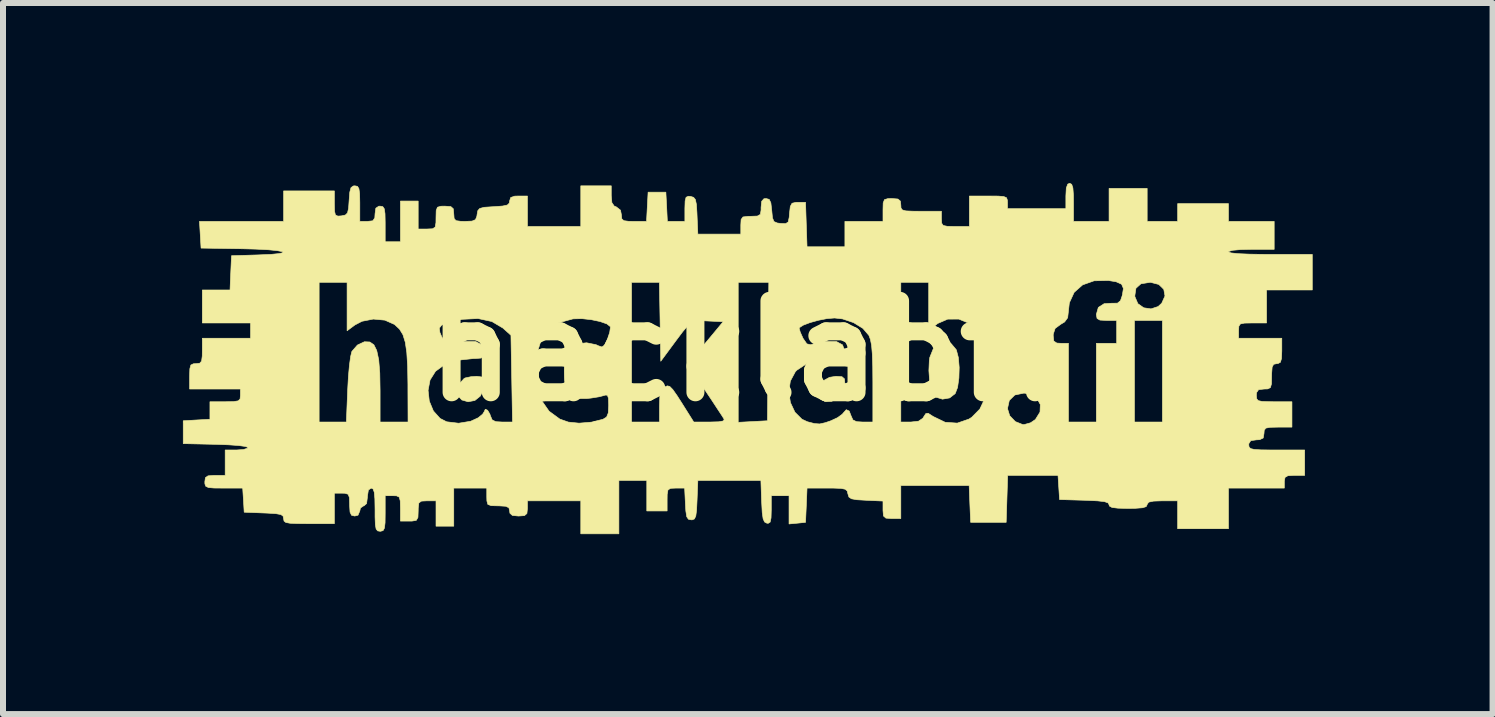
<source format=kicad_pcb>
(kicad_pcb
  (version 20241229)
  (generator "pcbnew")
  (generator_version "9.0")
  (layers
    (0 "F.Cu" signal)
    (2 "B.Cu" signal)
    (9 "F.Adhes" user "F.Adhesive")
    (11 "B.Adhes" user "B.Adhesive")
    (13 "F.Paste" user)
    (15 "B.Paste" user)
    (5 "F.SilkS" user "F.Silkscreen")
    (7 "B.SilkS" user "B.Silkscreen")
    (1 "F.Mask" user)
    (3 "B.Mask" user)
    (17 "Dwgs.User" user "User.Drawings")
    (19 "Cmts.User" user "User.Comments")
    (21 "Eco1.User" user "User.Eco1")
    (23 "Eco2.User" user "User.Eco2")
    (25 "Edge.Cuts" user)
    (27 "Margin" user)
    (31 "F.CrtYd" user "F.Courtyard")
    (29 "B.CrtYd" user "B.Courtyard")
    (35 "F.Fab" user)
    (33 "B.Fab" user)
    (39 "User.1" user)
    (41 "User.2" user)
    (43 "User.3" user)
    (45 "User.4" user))
  (footprint "hacklabfi"
    (layer "F.Cu")
    (at 9.339 2.799)
    (property "Reference" "hacklabfi" (at 0 0 0) (layer "F.SilkS") (effects (font (size 1.524 1.524) (thickness 0.3))))
    (attr through_hole)
    (fp_poly (pts (xy 1.645 0.43) (xy 1.686 0.466) (xy 1.693 0.55) (xy 1.662 0.68) (xy 1.582 0.78) (xy 1.475 0.839) (xy 1.362 0.843) (xy 1.278 0.796) (xy 1.229 0.699) (xy 1.248 0.595) (xy 1.321 0.503) (xy 1.437 0.44) (xy 1.545 0.423) (xy 1.645 0.43)) (stroke (width 0.01) (type solid)) (fill yes) (layer "F.SilkS"))
    (fp_poly (pts (xy -4.353 0.435) (xy -4.321 0.487) (xy -4.318 0.541) (xy -4.342 0.667) (xy -4.384 0.753) (xy -4.475 0.826) (xy -4.588 0.847) (xy -4.692 0.817) (xy -4.74 0.765) (xy -4.76 0.655) (xy -4.726 0.539) (xy -4.652 0.458) (xy -4.635 0.45) (xy -4.541 0.43) (xy -4.442 0.423) (xy -4.353 0.435)) (stroke (width 0.01) (type solid)) (fill yes) (layer "F.SilkS"))
    (fp_poly (pts (xy 3.467 -0.118) (xy 3.548 -0.021) (xy 3.551 -0.016) (xy 3.584 0.11) (xy 3.598 0.276) (xy 3.593 0.452) (xy 3.571 0.608) (xy 3.532 0.71) (xy 3.439 0.783) (xy 3.319 0.804) (xy 3.208 0.77) (xy 3.174 0.739) (xy 3.133 0.647) (xy 3.105 0.5) (xy 3.093 0.329) (xy 3.1 0.163) (xy 3.108 0.108) (xy 3.163 -0.029) (xy 3.254 -0.116) (xy 3.362 -0.148) (xy 3.467 -0.118)) (stroke (width 0.01) (type solid)) (fill yes) (layer "F.SilkS"))
    (fp_poly (pts (xy 5.473 -2.777) (xy 5.493 -2.717) (xy 5.502 -2.598) (xy 5.503 -2.477) (xy 5.503 -2.159) (xy 6.096 -2.159) (xy 6.096 -2.709) (xy 6.731 -2.709) (xy 6.731 -2.159) (xy 7.239 -2.159) (xy 7.239 -2.455) (xy 8.086 -2.455) (xy 8.086 -2.159) (xy 8.848 -2.159) (xy 8.848 -1.693) (xy 8.467 -1.693) (xy 8.284 -1.689) (xy 8.154 -1.677) (xy 8.09 -1.658) (xy 8.086 -1.651) (xy 8.127 -1.634) (xy 8.246 -1.621) (xy 8.438 -1.613) (xy 8.694 -1.609) (xy 8.784 -1.609) (xy 9.483 -1.609) (xy 9.483 -1.016) (xy 8.721 -1.016) (xy 8.721 -0.466) (xy 8.488 -0.466) (xy 8.355 -0.464) (xy 8.285 -0.45) (xy 8.259 -0.412) (xy 8.255 -0.341) (xy 8.255 -0.212) (xy 8.975 -0.212) (xy 8.975 0) (xy 8.97 0.127) (xy 8.951 0.19) (xy 8.91 0.211) (xy 8.89 0.212) (xy 8.839 0.223) (xy 8.814 0.27) (xy 8.806 0.374) (xy 8.805 0.423) (xy 8.803 0.549) (xy 8.785 0.611) (xy 8.741 0.633) (xy 8.678 0.635) (xy 8.588 0.646) (xy 8.554 0.695) (xy 8.551 0.741) (xy 8.556 0.796) (xy 8.581 0.828) (xy 8.646 0.842) (xy 8.769 0.846) (xy 8.848 0.847) (xy 9.144 0.847) (xy 9.144 1.27) (xy 8.911 1.27) (xy 8.778 1.273) (xy 8.708 1.287) (xy 8.682 1.323) (xy 8.678 1.376) (xy 8.665 1.451) (xy 8.607 1.479) (xy 8.551 1.482) (xy 8.458 1.495) (xy 8.426 1.544) (xy 8.424 1.566) (xy 8.43 1.603) (xy 8.456 1.628) (xy 8.516 1.642) (xy 8.627 1.649) (xy 8.802 1.651) (xy 8.89 1.651) (xy 9.356 1.651) (xy 9.356 2.074) (xy 9.186 2.074) (xy 9.077 2.08) (xy 9.029 2.107) (xy 9.017 2.171) (xy 9.017 2.18) (xy 9.017 2.286) (xy 8.086 2.286) (xy 8.086 2.963) (xy 7.239 2.963) (xy 7.239 2.498) (xy 6.985 2.498) (xy 6.838 2.503) (xy 6.758 2.52) (xy 6.732 2.554) (xy 6.731 2.561) (xy 6.714 2.595) (xy 6.654 2.614) (xy 6.535 2.623) (xy 6.413 2.625) (xy 6.245 2.621) (xy 6.146 2.609) (xy 6.102 2.585) (xy 6.096 2.563) (xy 6.079 2.533) (xy 6.02 2.512) (xy 5.905 2.499) (xy 5.721 2.49) (xy 5.683 2.489) (xy 5.271 2.477) (xy 5.245 2.074) (xy 4.406 2.074) (xy 4.381 2.857) (xy 3.789 2.857) (xy 3.776 2.551) (xy 3.764 2.244) (xy 2.625 2.244) (xy 2.625 2.794) (xy 2.477 2.794) (xy 2.377 2.787) (xy 2.336 2.751) (xy 2.328 2.658) (xy 2.328 2.648) (xy 2.328 2.502) (xy 2.043 2.489) (xy 1.89 2.48) (xy 1.802 2.464) (xy 1.76 2.435) (xy 1.744 2.385) (xy 1.743 2.381) (xy 1.731 2.334) (xy 1.698 2.305) (xy 1.627 2.291) (xy 1.499 2.286) (xy 1.396 2.286) (xy 1.062 2.286) (xy 1.05 2.572) (xy 1.037 2.857) (xy 0.9 2.871) (xy 0.762 2.884) (xy 0.762 2.413) (xy 0.466 2.413) (xy 0.466 2.649) (xy 0.462 2.784) (xy 0.447 2.853) (xy 0.415 2.873) (xy 0.392 2.871) (xy 0.354 2.851) (xy 0.33 2.797) (xy 0.315 2.694) (xy 0.306 2.524) (xy 0.305 2.508) (xy 0.293 2.159) (xy -0.758 2.159) (xy -0.771 2.487) (xy -0.779 2.653) (xy -0.792 2.751) (xy -0.815 2.8) (xy -0.852 2.815) (xy -0.868 2.815) (xy -0.915 2.805) (xy -0.943 2.763) (xy -0.958 2.668) (xy -0.965 2.551) (xy -0.978 2.286) (xy -1.124 2.286) (xy -1.214 2.29) (xy -1.256 2.318) (xy -1.269 2.393) (xy -1.27 2.477) (xy -1.27 2.667) (xy -1.609 2.667) (xy -1.609 2.159) (xy -2.074 2.159) (xy -2.074 3.048) (xy -2.709 3.048) (xy -2.709 2.498) (xy -3.598 2.498) (xy -3.598 2.625) (xy -3.607 2.71) (xy -3.648 2.745) (xy -3.747 2.752) (xy -3.849 2.742) (xy -3.89 2.705) (xy -3.895 2.667) (xy -3.907 2.614) (xy -3.959 2.589) (xy -4.071 2.582) (xy -4.085 2.582) (xy -4.202 2.579) (xy -4.258 2.558) (xy -4.274 2.5) (xy -4.276 2.434) (xy -4.276 2.286) (xy -4.826 2.286) (xy -4.826 2.921) (xy -5.122 2.921) (xy -5.122 2.498) (xy -5.271 2.498) (xy -5.365 2.503) (xy -5.408 2.534) (xy -5.418 2.617) (xy -5.419 2.667) (xy -5.423 2.775) (xy -5.451 2.824) (xy -5.523 2.836) (xy -5.567 2.836) (xy -5.715 2.836) (xy -5.715 2.625) (xy -5.718 2.499) (xy -5.735 2.437) (xy -5.779 2.415) (xy -5.842 2.413) (xy -5.969 2.413) (xy -5.969 2.709) (xy -5.971 2.865) (xy -5.982 2.954) (xy -6.005 2.995) (xy -6.047 3.006) (xy -6.054 3.006) (xy -6.095 2.999) (xy -6.12 2.968) (xy -6.133 2.896) (xy -6.138 2.766) (xy -6.138 2.646) (xy -6.141 2.466) (xy -6.151 2.356) (xy -6.171 2.301) (xy -6.202 2.286) (xy -6.249 2.318) (xy -6.265 2.421) (xy -6.265 2.434) (xy -6.279 2.544) (xy -6.323 2.582) (xy -6.329 2.582) (xy -6.381 2.618) (xy -6.392 2.667) (xy -6.422 2.738) (xy -6.477 2.752) (xy -6.53 2.739) (xy -6.555 2.687) (xy -6.562 2.575) (xy -6.562 2.561) (xy -6.565 2.444) (xy -6.587 2.389) (xy -6.641 2.372) (xy -6.689 2.371) (xy -6.816 2.371) (xy -6.816 2.879) (xy -7.239 2.879) (xy -7.432 2.877) (xy -7.555 2.872) (xy -7.625 2.859) (xy -7.655 2.835) (xy -7.662 2.798) (xy -7.662 2.796) (xy -7.671 2.753) (xy -7.708 2.727) (xy -7.791 2.712) (xy -7.936 2.703) (xy -7.99 2.701) (xy -8.319 2.688) (xy -8.331 2.487) (xy -8.344 2.286) (xy -8.659 2.286) (xy -8.82 2.285) (xy -8.914 2.277) (xy -8.959 2.256) (xy -8.974 2.216) (xy -8.975 2.18) (xy -8.965 2.112) (xy -8.922 2.082) (xy -8.82 2.074) (xy -8.805 2.074) (xy -8.636 2.074) (xy -8.636 1.651) (xy -8.445 1.651) (xy -8.332 1.643) (xy -8.264 1.622) (xy -8.255 1.61) (xy -8.295 1.593) (xy -8.407 1.577) (xy -8.577 1.565) (xy -8.791 1.557) (xy -8.795 1.557) (xy -9.335 1.545) (xy -9.335 1.164) (xy -9.112 1.151) (xy -8.89 1.139) (xy -8.89 0.847) (xy -8.636 0.847) (xy -8.495 0.844) (xy -8.419 0.832) (xy -8.388 0.802) (xy -8.382 0.745) (xy -8.382 0.741) (xy -8.382 0.635) (xy -9.229 0.635) (xy -9.229 0.423) (xy -9.225 0.298) (xy -9.208 0.235) (xy -9.165 0.214) (xy -9.123 0.212) (xy -9.06 0.205) (xy -9.029 0.17) (xy -9.018 0.085) (xy -9.017 0) (xy -9.017 -0.212) (xy -8.213 -0.212) (xy -8.213 -0.466) (xy -9.017 -0.466) (xy -9.017 -1.016) (xy -8.555 -1.016) (xy -8.55 -1.143) (xy -7.07 -1.143) (xy -7.07 1.185) (xy -6.616 1.185) (xy -6.594 0.642) (xy -6.582 0.428) (xy -6.565 0.239) (xy -6.545 0.093) (xy -6.525 0.011) (xy -6.524 0.008) (xy -6.432 -0.098) (xy -6.315 -0.153) (xy -6.225 -0.149) (xy -6.158 -0.103) (xy -6.11 -0.007) (xy -6.077 0.147) (xy -6.059 0.368) (xy -6.054 0.662) (xy -6.054 1.185) (xy -5.588 1.185) (xy -5.59 0.657) (xy -5.254 0.657) (xy -5.234 0.836) (xy -5.166 1) (xy -5.054 1.125) (xy -4.944 1.181) (xy -4.745 1.205) (xy -4.544 1.172) (xy -4.418 1.114) (xy -4.345 1.054) (xy -4.318 1.011) (xy -4.3 0.971) (xy -4.262 0.989) (xy -4.224 1.053) (xy -4.216 1.079) (xy -4.186 1.149) (xy -4.126 1.179) (xy -4.018 1.185) (xy -3.847 1.185) (xy -3.86 0.457) (xy -3.466 0.457) (xy -3.457 0.588) (xy -3.429 0.694) (xy -3.379 0.802) (xy -3.237 1.005) (xy -3.058 1.136) (xy -2.916 1.186) (xy -2.738 1.204) (xy -2.531 1.187) (xy -2.343 1.14) (xy -2.339 1.139) (xy -2.279 1.102) (xy -2.251 1.034) (xy -2.244 0.909) (xy -2.244 0.907) (xy -2.248 0.789) (xy -2.265 0.738) (xy -2.304 0.736) (xy -2.318 0.742) (xy -2.403 0.764) (xy -2.533 0.785) (xy -2.604 0.793) (xy -2.767 0.793) (xy -2.877 0.751) (xy -2.944 0.655) (xy -2.975 0.495) (xy -2.981 0.336) (xy -2.976 0.168) (xy -2.959 0.06) (xy -2.922 -0.013) (xy -2.89 -0.05) (xy -2.77 -0.117) (xy -2.613 -0.136) (xy -2.455 -0.104) (xy -2.414 -0.085) (xy -2.356 -0.066) (xy -2.313 -0.098) (xy -2.266 -0.195) (xy -2.264 -0.198) (xy -2.227 -0.31) (xy -2.215 -0.393) (xy -2.218 -0.406) (xy -2.273 -0.45) (xy -2.387 -0.49) (xy -2.534 -0.521) (xy -2.689 -0.538) (xy -2.826 -0.535) (xy -2.844 -0.533) (xy -3.075 -0.47) (xy -3.246 -0.362) (xy -3.364 -0.2) (xy -3.434 0.025) (xy -3.461 0.272) (xy -3.466 0.457) (xy -3.86 0.457) (xy -3.873 -0.261) (xy -4.008 -0.382) (xy -4.191 -0.49) (xy -4.421 -0.54) (xy -4.683 -0.527) (xy -4.757 -0.513) (xy -4.928 -0.47) (xy -5.028 -0.43) (xy -5.067 -0.38) (xy -5.057 -0.307) (xy -5.024 -0.231) (xy -4.965 -0.131) (xy -4.911 -0.099) (xy -4.878 -0.106) (xy -4.79 -0.13) (xy -4.663 -0.153) (xy -4.625 -0.158) (xy -4.459 -0.156) (xy -4.357 -0.101) (xy -4.318 0.01) (xy -4.318 0.026) (xy -4.327 0.09) (xy -4.371 0.119) (xy -4.472 0.127) (xy -4.498 0.127) (xy -4.767 0.156) (xy -4.991 0.238) (xy -5.13 0.339) (xy -5.221 0.484) (xy -5.254 0.657) (xy -5.59 0.657) (xy -5.59 0.561) (xy -5.595 0.259) (xy -5.609 0.028) (xy -5.634 -0.144) (xy -5.673 -0.27) (xy -5.73 -0.363) (xy -5.808 -0.436) (xy -5.813 -0.441) (xy -5.975 -0.513) (xy -6.167 -0.531) (xy -6.356 -0.494) (xy -6.473 -0.433) (xy -6.604 -0.336) (xy -6.604 -1.143) (xy -1.863 -1.143) (xy -1.863 1.185) (xy -1.397 1.185) (xy -1.397 0.92) (xy -1.392 0.767) (xy -1.374 0.674) (xy -1.336 0.62) (xy -1.312 0.602) (xy -1.267 0.582) (xy -1.226 0.592) (xy -1.175 0.644) (xy -1.102 0.748) (xy -1.026 0.867) (xy -0.826 1.185) (xy -0.558 1.185) (xy -0.41 1.181) (xy -0.334 1.167) (xy -0.319 1.14) (xy -0.323 1.132) (xy -0.357 1.078) (xy -0.429 0.969) (xy -0.526 0.821) (xy -0.64 0.651) (xy -0.925 0.223) (xy -0.631 -0.132) (xy -0.336 -0.487) (xy -0.594 -0.499) (xy -0.706 -0.505) (xy -0.79 -0.5) (xy -0.858 -0.475) (xy -0.926 -0.419) (xy -1.009 -0.322) (xy -1.121 -0.173) (xy -1.195 -0.073) (xy -1.376 0.172) (xy -1.387 -0.485) (xy -1.399 -1.143) (xy -0.085 -1.143) (xy -0.085 1.19) (xy 0.402 1.164) (xy 0.407 0.681) (xy 0.758 0.681) (xy 0.785 0.861) (xy 0.86 1.021) (xy 0.977 1.138) (xy 1.067 1.18) (xy 1.187 1.211) (xy 1.273 1.217) (xy 1.366 1.196) (xy 1.457 1.165) (xy 1.571 1.112) (xy 1.65 1.054) (xy 1.661 1.04) (xy 1.716 0.979) (xy 1.765 1.002) (xy 1.795 1.079) (xy 1.826 1.149) (xy 1.887 1.179) (xy 1.99 1.185) (xy 2.159 1.185) (xy 2.159 0.527) (xy 2.157 0.254) (xy 2.15 0.052) (xy 2.138 -0.092) (xy 2.118 -0.193) (xy 2.093 -0.259) (xy 1.993 -0.376) (xy 1.837 -0.472) (xy 1.653 -0.534) (xy 1.521 -0.549) (xy 1.396 -0.539) (xy 1.252 -0.511) (xy 1.111 -0.472) (xy 0.998 -0.429) (xy 0.936 -0.389) (xy 0.931 -0.377) (xy 0.949 -0.313) (xy 0.993 -0.215) (xy 0.998 -0.206) (xy 1.059 -0.118) (xy 1.122 -0.103) (xy 1.135 -0.107) (xy 1.221 -0.131) (xy 1.348 -0.153) (xy 1.386 -0.158) (xy 1.553 -0.156) (xy 1.654 -0.101) (xy 1.693 0.01) (xy 1.693 0.026) (xy 1.683 0.091) (xy 1.638 0.12) (xy 1.533 0.127) (xy 1.522 0.127) (xy 1.266 0.15) (xy 1.05 0.217) (xy 0.892 0.321) (xy 0.867 0.347) (xy 0.784 0.502) (xy 0.758 0.681) (xy 0.407 0.681) (xy 0.413 0.011) (xy 0.425 -1.143) (xy 2.625 -1.143) (xy 2.625 1.185) (xy 2.793 1.185) (xy 2.92 1.171) (xy 2.992 1.122) (xy 3.006 1.099) (xy 3.042 1.044) (xy 3.081 1.039) (xy 3.154 1.086) (xy 3.167 1.094) (xy 3.364 1.189) (xy 3.566 1.203) (xy 3.76 1.136) (xy 3.807 1.106) (xy 3.943 0.968) (xy 3.946 0.961) (xy 4.403 0.961) (xy 4.44 1.08) (xy 4.534 1.178) (xy 4.655 1.226) (xy 4.678 1.228) (xy 4.787 1.198) (xy 4.868 1.143) (xy 4.945 1.019) (xy 4.95 0.893) (xy 4.89 0.785) (xy 4.776 0.717) (xy 4.678 0.703) (xy 4.526 0.734) (xy 4.433 0.825) (xy 4.403 0.961) (xy 3.946 0.961) (xy 4.032 0.778) (xy 4.077 0.526) (xy 4.085 0.339) (xy 4.068 0.057) (xy 4.013 -0.161) (xy 3.959 -0.253) (xy 5.165 -0.253) (xy 5.175 -0.164) (xy 5.225 -0.131) (xy 5.292 -0.127) (xy 5.419 -0.127) (xy 5.419 1.185) (xy 5.884 1.185) (xy 5.884 -0.127) (xy 6.223 -0.127) (xy 6.223 -0.508) (xy 6.519 -0.508) (xy 6.519 1.185) (xy 6.985 1.185) (xy 6.985 -0.508) (xy 6.519 -0.508) (xy 6.223 -0.508) (xy 6.054 -0.508) (xy 5.944 -0.514) (xy 5.896 -0.541) (xy 5.884 -0.604) (xy 5.884 -0.609) (xy 5.917 -0.725) (xy 6.013 -0.787) (xy 6.14 -0.795) (xy 6.236 -0.796) (xy 6.286 -0.837) (xy 6.314 -0.918) (xy 6.525 -0.918) (xy 6.527 -0.903) (xy 6.576 -0.788) (xy 6.674 -0.719) (xy 6.795 -0.701) (xy 6.914 -0.74) (xy 6.974 -0.796) (xy 7.028 -0.916) (xy 7.008 -1.027) (xy 6.925 -1.108) (xy 6.789 -1.143) (xy 6.777 -1.143) (xy 6.627 -1.119) (xy 6.544 -1.045) (xy 6.525 -0.918) (xy 6.314 -0.918) (xy 6.317 -0.927) (xy 6.335 -1.041) (xy 6.305 -1.112) (xy 6.213 -1.153) (xy 6.084 -1.174) (xy 5.847 -1.169) (xy 5.655 -1.101) (xy 5.514 -0.976) (xy 5.434 -0.802) (xy 5.419 -0.668) (xy 5.406 -0.553) (xy 5.355 -0.483) (xy 5.292 -0.445) (xy 5.197 -0.375) (xy 5.166 -0.28) (xy 5.165 -0.253) (xy 3.959 -0.253) (xy 3.915 -0.328) (xy 3.768 -0.458) (xy 3.591 -0.531) (xy 3.407 -0.53) (xy 3.238 -0.457) (xy 3.192 -0.419) (xy 3.09 -0.324) (xy 3.09 -1.143) (xy 2.625 -1.143) (xy 0.425 -1.143) (xy -0.085 -1.143) (xy -1.399 -1.143) (xy -1.863 -1.143) (xy -6.604 -1.143) (xy -7.07 -1.143) (xy -8.55 -1.143) (xy -8.543 -1.302) (xy -8.53 -1.587) (xy -8.096 -1.6) (xy -7.875 -1.609) (xy -7.734 -1.623) (xy -7.671 -1.638) (xy -7.682 -1.655) (xy -7.765 -1.671) (xy -7.914 -1.686) (xy -8.128 -1.697) (xy -8.35 -1.703) (xy -9.038 -1.714) (xy -9.051 -1.937) (xy -9.064 -2.159) (xy -7.662 -2.159) (xy -7.662 -2.667) (xy -6.816 -2.667) (xy -6.816 -2.453) (xy -6.813 -2.327) (xy -6.798 -2.265) (xy -6.757 -2.247) (xy -6.699 -2.251) (xy -6.633 -2.265) (xy -6.597 -2.3) (xy -6.579 -2.379) (xy -6.57 -2.508) (xy -6.559 -2.647) (xy -6.539 -2.721) (xy -6.502 -2.749) (xy -6.475 -2.752) (xy -6.431 -2.743) (xy -6.407 -2.705) (xy -6.395 -2.621) (xy -6.392 -2.471) (xy -6.392 -2.455) (xy -6.392 -2.159) (xy -6.265 -2.159) (xy -6.175 -2.169) (xy -6.142 -2.219) (xy -6.138 -2.286) (xy -6.125 -2.379) (xy -6.076 -2.412) (xy -6.054 -2.413) (xy -6.009 -2.405) (xy -5.984 -2.369) (xy -5.972 -2.287) (xy -5.969 -2.14) (xy -5.969 -2.117) (xy -5.969 -1.82) (xy -5.715 -1.82) (xy -5.715 -2.498) (xy -5.419 -2.498) (xy -5.419 -2.032) (xy -5.271 -2.032) (xy -5.179 -2.036) (xy -5.136 -2.064) (xy -5.123 -2.138) (xy -5.122 -2.223) (xy -5.119 -2.34) (xy -5.098 -2.395) (xy -5.04 -2.412) (xy -4.974 -2.413) (xy -4.875 -2.406) (xy -4.834 -2.37) (xy -4.826 -2.286) (xy -4.82 -2.207) (xy -4.788 -2.171) (xy -4.706 -2.16) (xy -4.638 -2.159) (xy -4.521 -2.164) (xy -4.464 -2.188) (xy -4.441 -2.245) (xy -4.437 -2.275) (xy -4.425 -2.339) (xy -4.392 -2.375) (xy -4.319 -2.394) (xy -4.184 -2.403) (xy -4.159 -2.404) (xy -4.013 -2.415) (xy -3.933 -2.432) (xy -3.9 -2.464) (xy -3.895 -2.5) (xy -3.877 -2.557) (xy -3.81 -2.58) (xy -3.747 -2.582) (xy -3.598 -2.582) (xy -3.598 -2.074) (xy -2.709 -2.074) (xy -2.709 -2.752) (xy -2.201 -2.752) (xy -2.201 -2.587) (xy -2.191 -2.472) (xy -2.152 -2.415) (xy -2.117 -2.401) (xy -2.047 -2.346) (xy -2.032 -2.269) (xy -2.026 -2.203) (xy -1.992 -2.171) (xy -1.909 -2.16) (xy -1.822 -2.159) (xy -1.613 -2.159) (xy -1.6 -2.402) (xy -1.587 -2.646) (xy -1.291 -2.646) (xy -1.278 -2.402) (xy -1.266 -2.159) (xy -0.974 -2.159) (xy -0.974 -2.374) (xy -0.97 -2.5) (xy -0.954 -2.561) (xy -0.916 -2.578) (xy -0.878 -2.575) (xy -0.829 -2.56) (xy -0.799 -2.523) (xy -0.782 -2.443) (xy -0.773 -2.302) (xy -0.771 -2.254) (xy -0.758 -1.947) (xy -0.042 -1.947) (xy -0.042 -2.095) (xy -0.037 -2.19) (xy -0.006 -2.233) (xy 0.077 -2.243) (xy 0.127 -2.244) (xy 0.235 -2.248) (xy 0.284 -2.276) (xy 0.296 -2.348) (xy 0.296 -2.392) (xy 0.306 -2.494) (xy 0.343 -2.536) (xy 0.379 -2.54) (xy 0.431 -2.526) (xy 0.459 -2.469) (xy 0.473 -2.349) (xy 0.474 -2.339) (xy 0.486 -2.217) (xy 0.511 -2.156) (xy 0.567 -2.132) (xy 0.622 -2.125) (xy 0.706 -2.122) (xy 0.748 -2.149) (xy 0.765 -2.228) (xy 0.77 -2.294) (xy 0.783 -2.408) (xy 0.812 -2.461) (xy 0.874 -2.476) (xy 0.91 -2.477) (xy 1.037 -2.477) (xy 1.062 -1.736) (xy 1.693 -1.736) (xy 1.693 -2.159) (xy 2.328 -2.159) (xy 2.328 -2.349) (xy 2.331 -2.467) (xy 2.353 -2.522) (xy 2.411 -2.539) (xy 2.477 -2.54) (xy 2.577 -2.532) (xy 2.618 -2.497) (xy 2.625 -2.434) (xy 2.628 -2.382) (xy 2.651 -2.35) (xy 2.709 -2.334) (xy 2.821 -2.329) (xy 2.963 -2.328) (xy 3.302 -2.328) (xy 3.302 -2.201) (xy 3.306 -2.129) (xy 3.332 -2.091) (xy 3.4 -2.077) (xy 3.531 -2.074) (xy 3.768 -2.074) (xy 3.768 -2.582) (xy 4.085 -2.582) (xy 4.247 -2.581) (xy 4.341 -2.573) (xy 4.387 -2.553) (xy 4.401 -2.514) (xy 4.403 -2.477) (xy 4.403 -2.371) (xy 5.376 -2.371) (xy 5.376 -2.582) (xy 5.383 -2.715) (xy 5.407 -2.78) (xy 5.44 -2.794) (xy 5.473 -2.777)) (stroke (width 0.01) (type solid)) (fill yes) (layer "F.SilkS")))
  (gr_rect
    (start -3 -3)
    (end 21.827 8.852)
    (stroke (width 0.1) (type default))
    (fill no)
    (layer "Edge.Cuts")))
</source>
